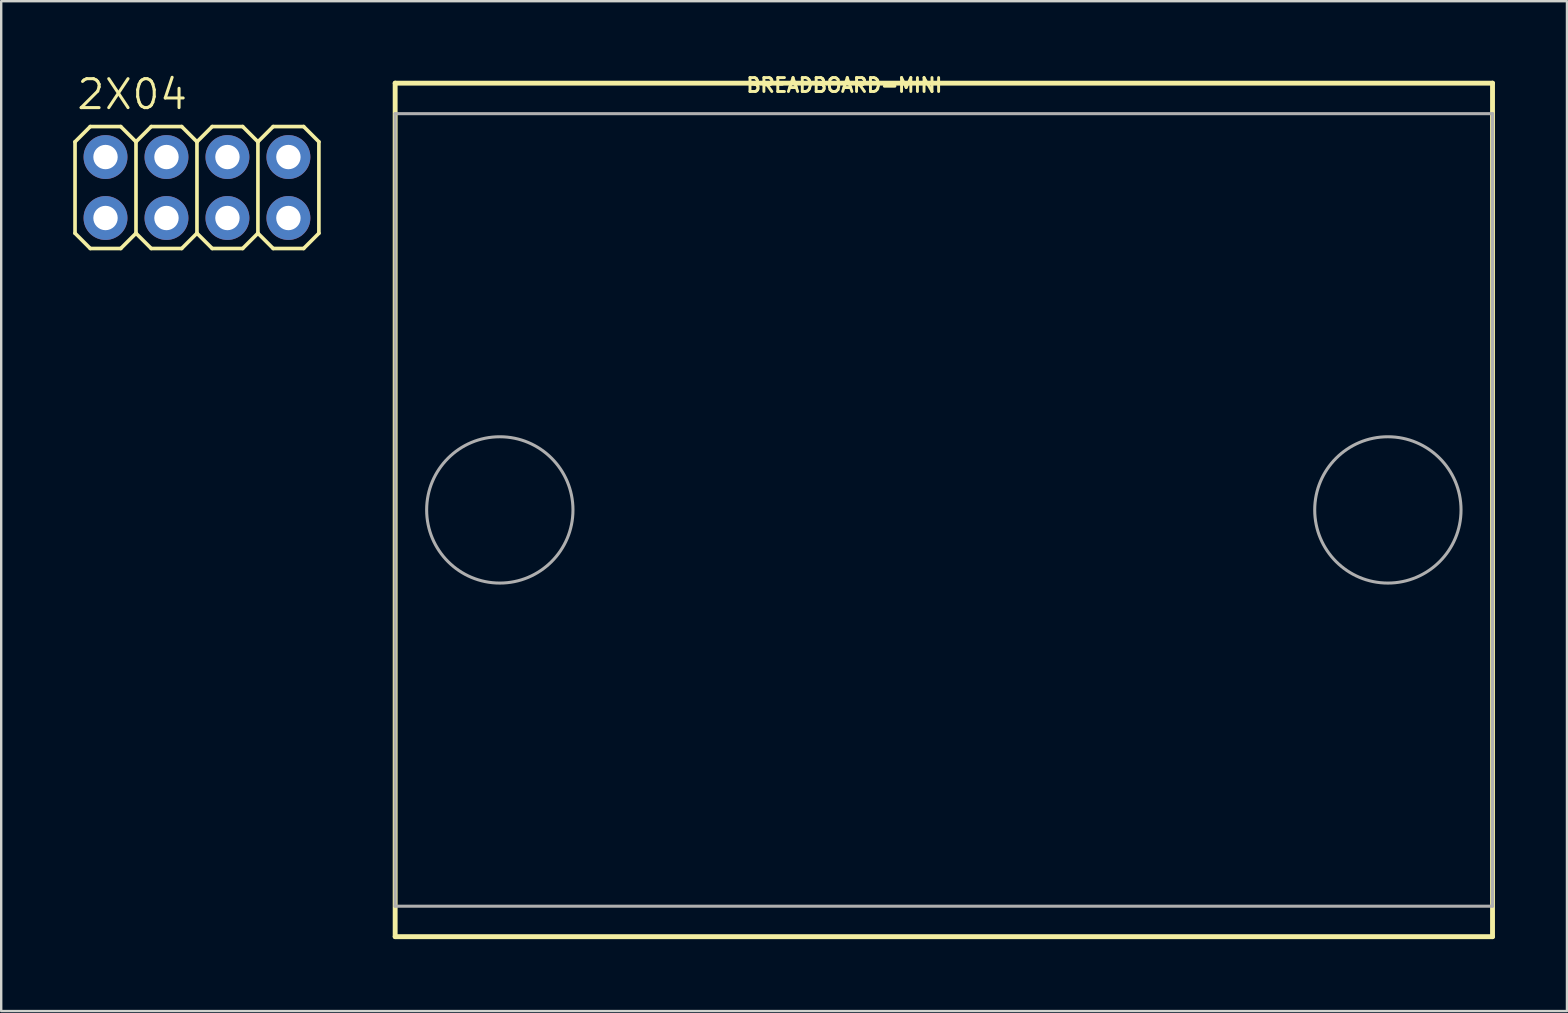
<source format=kicad_pcb>
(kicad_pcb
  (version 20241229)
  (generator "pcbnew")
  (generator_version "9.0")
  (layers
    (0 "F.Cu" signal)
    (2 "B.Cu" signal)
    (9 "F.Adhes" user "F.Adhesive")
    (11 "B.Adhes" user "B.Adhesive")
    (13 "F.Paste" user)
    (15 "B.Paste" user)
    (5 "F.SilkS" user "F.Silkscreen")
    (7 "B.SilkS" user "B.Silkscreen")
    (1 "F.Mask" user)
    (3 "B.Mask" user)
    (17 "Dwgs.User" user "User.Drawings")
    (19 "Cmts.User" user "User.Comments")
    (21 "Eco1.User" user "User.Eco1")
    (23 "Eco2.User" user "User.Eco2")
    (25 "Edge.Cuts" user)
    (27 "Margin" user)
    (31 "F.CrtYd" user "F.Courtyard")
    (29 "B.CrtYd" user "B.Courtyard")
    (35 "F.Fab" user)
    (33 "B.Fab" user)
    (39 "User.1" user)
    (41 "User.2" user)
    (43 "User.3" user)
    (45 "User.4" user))
  (footprint "BREADBOARD-MINI"
    (layer "F.Cu")
    (at 36.274 18.195)
    (property "Reference" "BREADBOARD-MINI" (at 0 -18.034 0) (layer "F.SilkS") (effects (font (size 0.579 0.579) (thickness 0.122)) (justify right top)))
    (attr through_hole)
    (fp_line (start -22.86 -17.78) (end 22.86 -17.78) (stroke (width 0.203) (type solid)) (layer "F.SilkS"))
    (fp_line (start -22.86 17.78) (end -22.86 -17.78) (stroke (width 0.203) (type solid)) (layer "F.SilkS"))
    (fp_line (start 22.86 -17.78) (end 22.86 17.78) (stroke (width 0.203) (type solid)) (layer "F.SilkS"))
    (fp_line (start 22.86 17.78) (end -22.86 17.78) (stroke (width 0.203) (type solid)) (layer "F.SilkS"))
    (fp_line (start -22.86 -16.51) (end 22.86 -16.51) (stroke (width 0.127) (type solid)) (layer "F.Fab"))
    (fp_line (start -22.86 16.51) (end -22.86 -16.51) (stroke (width 0.127) (type solid)) (layer "F.Fab"))
    (fp_line (start 22.86 -16.51) (end 22.86 16.51) (stroke (width 0.127) (type solid)) (layer "F.Fab"))
    (fp_line (start 22.86 16.51) (end -22.86 16.51) (stroke (width 0.127) (type solid)) (layer "F.Fab"))
    (fp_circle (center -18.5 0) (end -15.452 0) (stroke (width 0.127) (type solid)) (fill no) (layer "F.Fab"))
    (fp_circle (center 18.5 0) (end 21.548 0) (stroke (width 0.127) (type solid)) (fill no) (layer "F.Fab")))
  (footprint "2X04"
    (layer "F.Cu")
    (at 5.156 4.763)
    (property "Reference" "2X04" (at -5.08 -3.175 0) (layer "F.SilkS") (effects (font (size 1.206 1.206) (thickness 0.127)) (justify left bottom)))
    (attr through_hole)
    (fp_line (start -5.08 -1.905) (end -4.445 -2.54) (stroke (width 0.152) (type solid)) (layer "F.SilkS"))
    (fp_line (start -5.08 1.905) (end -5.08 -1.905) (stroke (width 0.152) (type solid)) (layer "F.SilkS"))
    (fp_line (start -5.08 1.905) (end -4.445 2.54) (stroke (width 0.152) (type solid)) (layer "F.SilkS"))
    (fp_line (start -4.445 -2.54) (end -3.175 -2.54) (stroke (width 0.152) (type solid)) (layer "F.SilkS"))
    (fp_line (start -4.445 2.54) (end -3.175 2.54) (stroke (width 0.152) (type solid)) (layer "F.SilkS"))
    (fp_line (start -3.175 -2.54) (end -2.54 -1.905) (stroke (width 0.152) (type solid)) (layer "F.SilkS"))
    (fp_line (start -3.175 2.54) (end -2.54 1.905) (stroke (width 0.152) (type solid)) (layer "F.SilkS"))
    (fp_line (start -2.54 -1.905) (end -2.54 1.905) (stroke (width 0.152) (type solid)) (layer "F.SilkS"))
    (fp_line (start -2.54 -1.905) (end -1.905 -2.54) (stroke (width 0.152) (type solid)) (layer "F.SilkS"))
    (fp_line (start -2.54 1.905) (end -1.905 2.54) (stroke (width 0.152) (type solid)) (layer "F.SilkS"))
    (fp_line (start -1.905 -2.54) (end -0.635 -2.54) (stroke (width 0.152) (type solid)) (layer "F.SilkS"))
    (fp_line (start -1.905 2.54) (end -0.635 2.54) (stroke (width 0.152) (type solid)) (layer "F.SilkS"))
    (fp_line (start -0.635 -2.54) (end 0 -1.905) (stroke (width 0.152) (type solid)) (layer "F.SilkS"))
    (fp_line (start -0.635 2.54) (end 0 1.905) (stroke (width 0.152) (type solid)) (layer "F.SilkS"))
    (fp_line (start 0 -1.905) (end 0 1.905) (stroke (width 0.152) (type solid)) (layer "F.SilkS"))
    (fp_line (start 0 -1.905) (end 0.635 -2.54) (stroke (width 0.152) (type solid)) (layer "F.SilkS"))
    (fp_line (start 0 1.905) (end 0.635 2.54) (stroke (width 0.152) (type solid)) (layer "F.SilkS"))
    (fp_line (start 0.635 -2.54) (end 1.905 -2.54) (stroke (width 0.152) (type solid)) (layer "F.SilkS"))
    (fp_line (start 0.635 2.54) (end 1.905 2.54) (stroke (width 0.152) (type solid)) (layer "F.SilkS"))
    (fp_line (start 1.905 -2.54) (end 2.54 -1.905) (stroke (width 0.152) (type solid)) (layer "F.SilkS"))
    (fp_line (start 1.905 2.54) (end 2.54 1.905) (stroke (width 0.152) (type solid)) (layer "F.SilkS"))
    (fp_line (start 2.54 -1.905) (end 2.54 1.905) (stroke (width 0.152) (type solid)) (layer "F.SilkS"))
    (fp_line (start 2.54 -1.905) (end 3.175 -2.54) (stroke (width 0.152) (type solid)) (layer "F.SilkS"))
    (fp_line (start 2.54 1.905) (end 3.175 2.54) (stroke (width 0.152) (type solid)) (layer "F.SilkS"))
    (fp_line (start 3.175 -2.54) (end 4.445 -2.54) (stroke (width 0.152) (type solid)) (layer "F.SilkS"))
    (fp_line (start 3.175 2.54) (end 4.445 2.54) (stroke (width 0.152) (type solid)) (layer "F.SilkS"))
    (fp_line (start 4.445 -2.54) (end 5.08 -1.905) (stroke (width 0.152) (type solid)) (layer "F.SilkS"))
    (fp_line (start 4.445 2.54) (end 5.08 1.905) (stroke (width 0.152) (type solid)) (layer "F.SilkS"))
    (fp_line (start 5.08 -1.905) (end 5.08 1.905) (stroke (width 0.152) (type solid)) (layer "F.SilkS"))
    (fp_poly (pts (xy -4.064 -1.016) (xy -3.556 -1.016) (xy -3.556 -1.524) (xy -4.064 -1.524)) (stroke (width 0.1) (type solid)) (fill no) (layer "F.Fab"))
    (fp_poly (pts (xy -4.064 1.524) (xy -3.556 1.524) (xy -3.556 1.016) (xy -4.064 1.016)) (stroke (width 0.1) (type solid)) (fill no) (layer "F.Fab"))
    (fp_poly (pts (xy -1.524 -1.016) (xy -1.016 -1.016) (xy -1.016 -1.524) (xy -1.524 -1.524)) (stroke (width 0.1) (type solid)) (fill no) (layer "F.Fab"))
    (fp_poly (pts (xy -1.524 1.524) (xy -1.016 1.524) (xy -1.016 1.016) (xy -1.524 1.016)) (stroke (width 0.1) (type solid)) (fill no) (layer "F.Fab"))
    (fp_poly (pts (xy 1.016 -1.016) (xy 1.524 -1.016) (xy 1.524 -1.524) (xy 1.016 -1.524)) (stroke (width 0.1) (type solid)) (fill no) (layer "F.Fab"))
    (fp_poly (pts (xy 1.016 1.524) (xy 1.524 1.524) (xy 1.524 1.016) (xy 1.016 1.016)) (stroke (width 0.1) (type solid)) (fill no) (layer "F.Fab"))
    (fp_poly (pts (xy 3.556 -1.016) (xy 4.064 -1.016) (xy 4.064 -1.524) (xy 3.556 -1.524)) (stroke (width 0.1) (type solid)) (fill no) (layer "F.Fab"))
    (fp_poly (pts (xy 3.556 1.524) (xy 4.064 1.524) (xy 4.064 1.016) (xy 3.556 1.016)) (stroke (width 0.1) (type solid)) (fill no) (layer "F.Fab"))
    (pad "1" thru_hole circle (at -3.81 1.27) (size 1.829 1.829) (drill 1.016) (layers "*.Cu" "*.Mask"))
    (pad "2" thru_hole circle (at -3.81 -1.27) (size 1.829 1.829) (drill 1.016) (layers "*.Cu" "*.Mask"))
    (pad "3" thru_hole circle (at -1.27 1.27) (size 1.829 1.829) (drill 1.016) (layers "*.Cu" "*.Mask"))
    (pad "4" thru_hole circle (at -1.27 -1.27) (size 1.829 1.829) (drill 1.016) (layers "*.Cu" "*.Mask"))
    (pad "5" thru_hole circle (at 1.27 1.27) (size 1.829 1.829) (drill 1.016) (layers "*.Cu" "*.Mask"))
    (pad "6" thru_hole circle (at 1.27 -1.27) (size 1.829 1.829) (drill 1.016) (layers "*.Cu" "*.Mask"))
    (pad "7" thru_hole circle (at 3.81 1.27) (size 1.829 1.829) (drill 1.016) (layers "*.Cu" "*.Mask"))
    (pad "8" thru_hole circle (at 3.81 -1.27) (size 1.829 1.829) (drill 1.016) (layers "*.Cu" "*.Mask")))
  (gr_rect
    (start -3 -3)
    (end 62.236 39.076)
    (stroke (width 0.1) (type default))
    (fill no)
    (layer "Edge.Cuts")))
</source>
